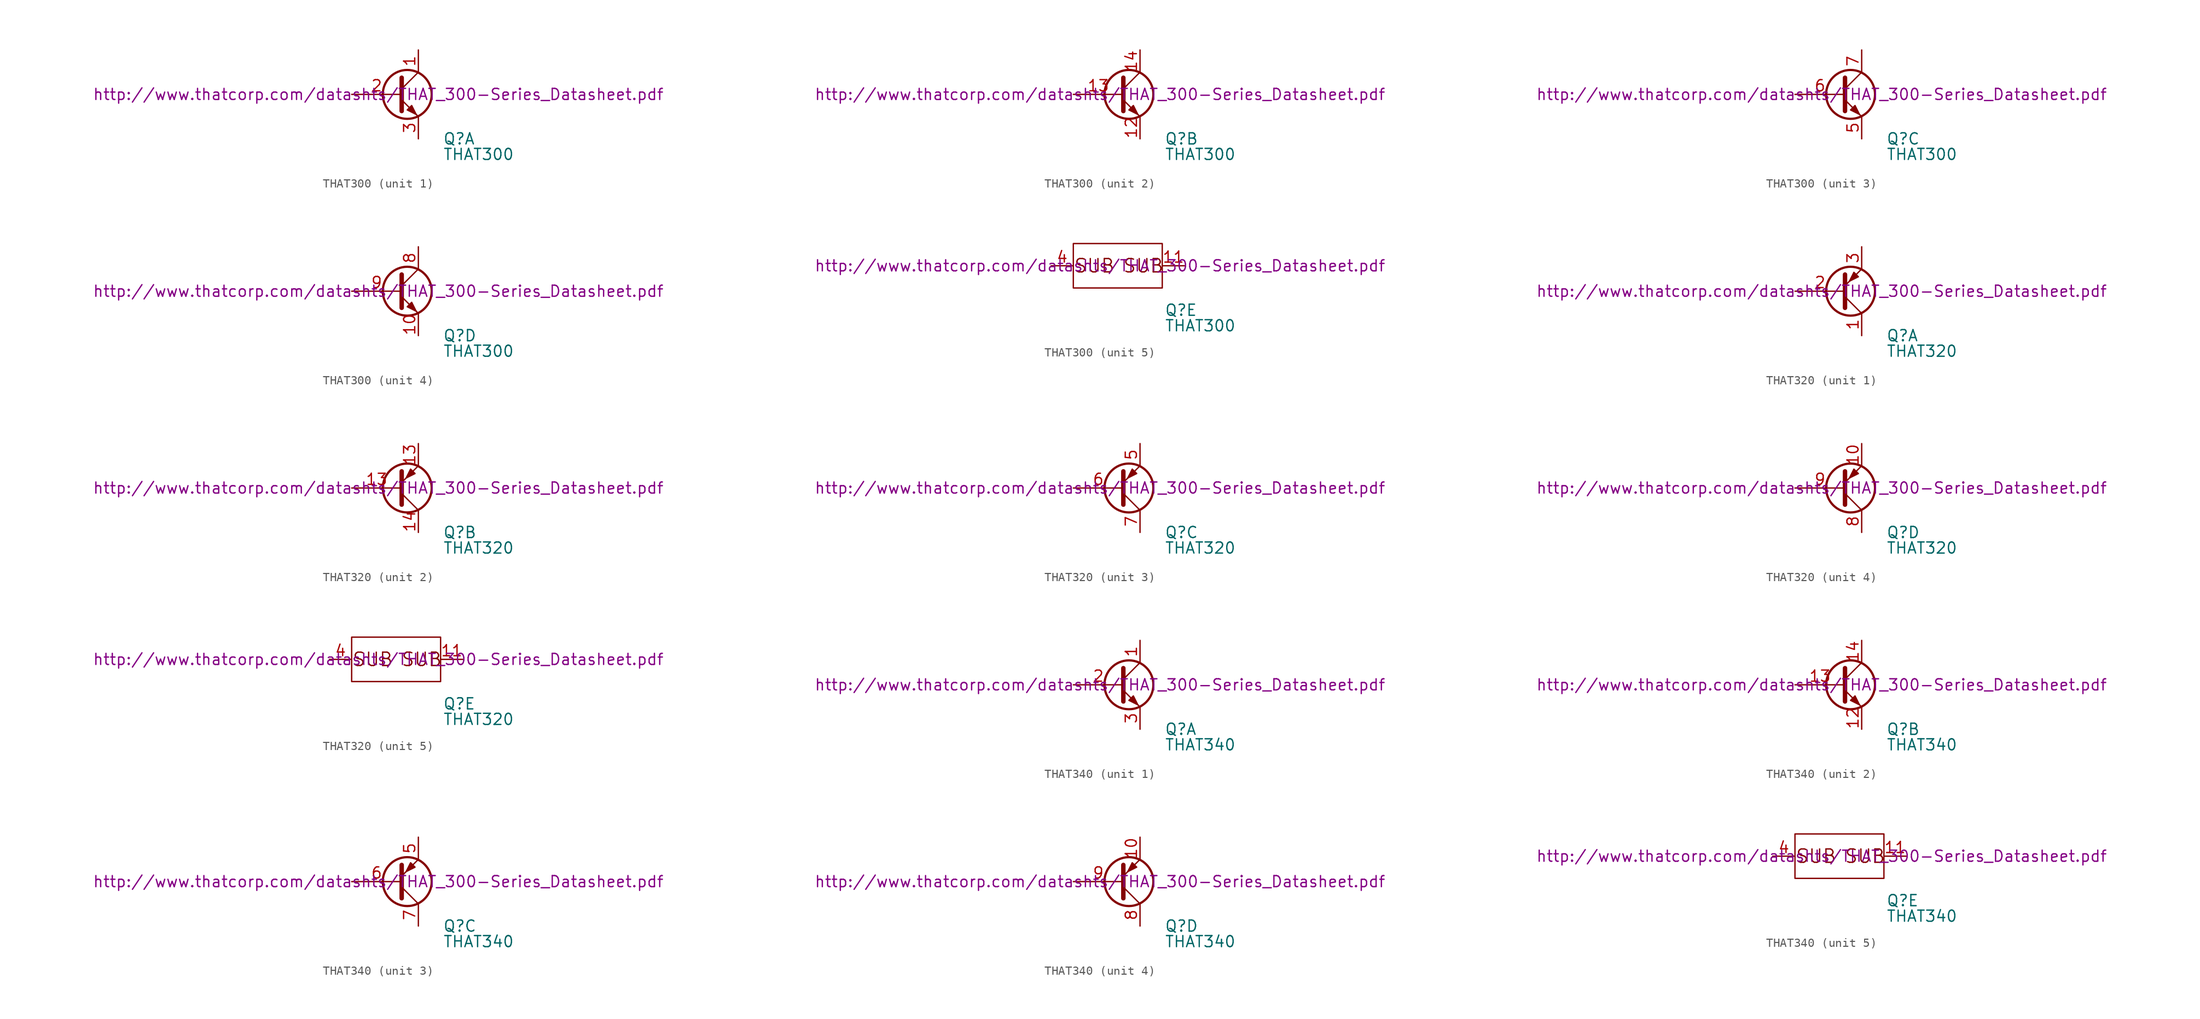
<source format=kicad_sym>
(kicad_symbol_lib
  (version 20231120)
  (generator "kicad_symbol_editor")
  (generator_version "8.0")
  (symbol "THAT300"
    (pin_names
      (offset 0) hide)
    (property "Reference" "Q"
      (at 5.334 -5.08 0)
      (effects (font (size 1.27 1.27)) (justify left)))
    (property "Value" "THAT300"
      (at 5.334 -6.858 0)
      (effects (font (size 1.27 1.27)) (justify left)))
    (property "Footprint" ""
      (at 3.048 2.54 0)
      (effects (font (size 1.27 1.27))))
    (property "Datasheet" "http://www.thatcorp.com/datashts/THAT_300-Series_Datasheet.pdf"
      (at -2.032 0 0)
      (effects (font (size 1.27 1.27))))
    (property "ki_locked" ""
      (at 0 0 0)
      (effects (font (size 1.27 1.27))))
    (symbol "THAT300_1_0"
      (polyline (pts (xy 2.54 -2.54) (xy 0.635 -0.635)) (stroke (width 0) (type solid)) (fill (type none))))
    (symbol "THAT300_1_1"
      (polyline (pts (xy 2.54 2.54) (xy 0.635 0.635)) (stroke (width 0) (type solid)) (fill (type none)))
      (polyline (pts (xy 0.635 1.905) (xy 0.635 -1.905) (xy 0.635 -1.905)) (stroke (width 0.508) (type solid)) (fill (type none)))
      (polyline (pts (xy 1.27 -1.778) (xy 1.778 -1.27) (xy 2.286 -2.286) (xy 1.27 -1.778)) (stroke (width 0) (type solid)) (fill (type outline)))
      (circle (center 1.27 0) (radius 2.794) (stroke (width 0.254) (type solid)) (fill (type none)))
      (pin passive line (at 2.54 5.08 270) (length 2.54) (name "C" (effects (font (size 1.27 1.27)))) (number "1" (effects (font (size 1.27 1.27)))))
      (pin input line (at -5.08 0 0) (length 5.715) (name "B" (effects (font (size 1.27 1.27)))) (number "2" (effects (font (size 1.27 1.27)))))
      (pin passive line (at 2.54 -5.08 90) (length 2.54) (name "E" (effects (font (size 1.27 1.27)))) (number "3" (effects (font (size 1.27 1.27))))))
    (symbol "THAT300_2_0"
      (polyline (pts (xy 2.54 -2.54) (xy 0.635 -0.635)) (stroke (width 0) (type solid)) (fill (type none))))
    (symbol "THAT300_2_1"
      (polyline (pts (xy 2.54 2.54) (xy 0.635 0.635)) (stroke (width 0) (type solid)) (fill (type none)))
      (polyline (pts (xy 0.635 1.905) (xy 0.635 -1.905) (xy 0.635 -1.905)) (stroke (width 0.508) (type solid)) (fill (type none)))
      (polyline (pts (xy 1.27 -1.778) (xy 1.778 -1.27) (xy 2.286 -2.286) (xy 1.27 -1.778)) (stroke (width 0) (type solid)) (fill (type outline)))
      (circle (center 1.27 0) (radius 2.794) (stroke (width 0.254) (type solid)) (fill (type none)))
      (pin passive line (at 2.54 -5.08 90) (length 2.54) (name "E" (effects (font (size 1.27 1.27)))) (number "12" (effects (font (size 1.27 1.27)))))
      (pin input line (at -5.08 0 0) (length 5.715) (name "B" (effects (font (size 1.27 1.27)))) (number "13" (effects (font (size 1.27 1.27)))))
      (pin passive line (at 2.54 5.08 270) (length 2.54) (name "C" (effects (font (size 1.27 1.27)))) (number "14" (effects (font (size 1.27 1.27))))))
    (symbol "THAT300_3_0"
      (polyline (pts (xy 2.54 -2.54) (xy 0.635 -0.635)) (stroke (width 0) (type solid)) (fill (type none))))
    (symbol "THAT300_3_1"
      (polyline (pts (xy 2.54 2.54) (xy 0.635 0.635)) (stroke (width 0) (type solid)) (fill (type none)))
      (polyline (pts (xy 0.635 1.905) (xy 0.635 -1.905) (xy 0.635 -1.905)) (stroke (width 0.508) (type solid)) (fill (type none)))
      (polyline (pts (xy 1.27 -1.778) (xy 1.778 -1.27) (xy 2.286 -2.286) (xy 1.27 -1.778)) (stroke (width 0) (type solid)) (fill (type outline)))
      (circle (center 1.27 0) (radius 2.794) (stroke (width 0.254) (type solid)) (fill (type none)))
      (pin passive line (at 2.54 -5.08 90) (length 2.54) (name "E" (effects (font (size 1.27 1.27)))) (number "5" (effects (font (size 1.27 1.27)))))
      (pin input line (at -5.08 0 0) (length 5.715) (name "B" (effects (font (size 1.27 1.27)))) (number "6" (effects (font (size 1.27 1.27)))))
      (pin passive line (at 2.54 5.08 270) (length 2.54) (name "C" (effects (font (size 1.27 1.27)))) (number "7" (effects (font (size 1.27 1.27))))))
    (symbol "THAT300_4_0"
      (polyline (pts (xy 2.54 -2.54) (xy 0.635 -0.635)) (stroke (width 0) (type solid)) (fill (type none))))
    (symbol "THAT300_4_1"
      (polyline (pts (xy 2.54 2.54) (xy 0.635 0.635)) (stroke (width 0) (type solid)) (fill (type none)))
      (polyline (pts (xy 0.635 1.905) (xy 0.635 -1.905) (xy 0.635 -1.905)) (stroke (width 0.508) (type solid)) (fill (type none)))
      (polyline (pts (xy 1.27 -1.778) (xy 1.778 -1.27) (xy 2.286 -2.286) (xy 1.27 -1.778)) (stroke (width 0) (type solid)) (fill (type outline)))
      (circle (center 1.27 0) (radius 2.794) (stroke (width 0.254) (type solid)) (fill (type none)))
      (pin passive line (at 2.54 -5.08 90) (length 2.54) (name "E" (effects (font (size 1.27 1.27)))) (number "10" (effects (font (size 1.27 1.27)))))
      (pin input line (at 2.54 5.08 270) (length 2.54) (name "~" (effects (font (size 1.27 1.27)))) (number "8" (effects (font (size 1.27 1.27)))))
      (pin input line (at -5.08 0 0) (length 5.715) (name "B" (effects (font (size 1.27 1.27)))) (number "9" (effects (font (size 1.27 1.27))))))
    (symbol "THAT300_5_0"
      (text "SUB" (at -2.667 0 0) (effects (font (size 1.524 1.524))))
      (text "SUB" (at 2.921 0 0) (effects (font (size 1.524 1.524)))))
    (symbol "THAT300_5_1"
      (rectangle (start -5.08 2.54) (end 5.08 -2.54) (stroke (width 0) (type solid)) (fill (type none)))
      (pin passive line (at 7.62 0 180) (length 2.54) (name "E" (effects (font (size 1.27 1.27)))) (number "11" (effects (font (size 1.27 1.27)))))
      (pin input line (at -7.62 0 0) (length 2.54) (name "B" (effects (font (size 1.27 1.27)))) (number "4" (effects (font (size 1.27 1.27)))))))
  (symbol "THAT320"
    (pin_names
      (offset 0) hide)
    (property "Reference" "Q"
      (at 5.334 -5.08 0)
      (effects (font (size 1.27 1.27)) (justify left)))
    (property "Value" "THAT320"
      (at 5.334 -6.858 0)
      (effects (font (size 1.27 1.27)) (justify left)))
    (property "Footprint" ""
      (at 3.048 2.54 0)
      (effects (font (size 1.27 1.27))))
    (property "Datasheet" "http://www.thatcorp.com/datashts/THAT_300-Series_Datasheet.pdf"
      (at -2.032 0 0)
      (effects (font (size 1.27 1.27))))
    (property "ki_locked" ""
      (at 0 0 0)
      (effects (font (size 1.27 1.27))))
    (symbol "THAT320_1_0"
      (polyline (pts (xy 2.54 -2.54) (xy 0.635 -0.635)) (stroke (width 0) (type solid)) (fill (type none))))
    (symbol "THAT320_1_1"
      (polyline (pts (xy 2.54 2.54) (xy 0.635 0.635)) (stroke (width 0) (type solid)) (fill (type none)))
      (polyline (pts (xy 0.635 1.905) (xy 0.635 -1.905) (xy 0.635 -1.905)) (stroke (width 0.508) (type solid)) (fill (type none)))
      (polyline (pts (xy 2.159 1.651) (xy 1.651 2.159) (xy 1.143 1.143) (xy 2.159 1.651)) (stroke (width 0) (type solid)) (fill (type outline)))
      (circle (center 1.27 0) (radius 2.794) (stroke (width 0.254) (type solid)) (fill (type none)))
      (pin passive line (at 2.54 -5.08 90) (length 2.54) (name "E" (effects (font (size 1.27 1.27)))) (number "1" (effects (font (size 1.27 1.27)))))
      (pin input line (at -5.08 0 0) (length 5.715) (name "B" (effects (font (size 1.27 1.27)))) (number "2" (effects (font (size 1.27 1.27)))))
      (pin passive line (at 2.54 5.08 270) (length 2.54) (name "C" (effects (font (size 1.27 1.27)))) (number "3" (effects (font (size 1.27 1.27))))))
    (symbol "THAT320_2_0"
      (polyline (pts (xy 2.54 -2.54) (xy 0.635 -0.635)) (stroke (width 0) (type solid)) (fill (type none))))
    (symbol "THAT320_2_1"
      (polyline (pts (xy 2.54 2.54) (xy 0.635 0.635)) (stroke (width 0) (type solid)) (fill (type none)))
      (polyline (pts (xy 0.635 1.905) (xy 0.635 -1.905) (xy 0.635 -1.905)) (stroke (width 0.508) (type solid)) (fill (type none)))
      (polyline (pts (xy 2.159 1.651) (xy 1.651 2.159) (xy 1.143 1.143) (xy 2.159 1.651)) (stroke (width 0) (type solid)) (fill (type outline)))
      (circle (center 1.27 0) (radius 2.794) (stroke (width 0.254) (type solid)) (fill (type none)))
      (pin input line (at -5.08 0 0) (length 5.715) (name "B" (effects (font (size 1.27 1.27)))) (number "13" (effects (font (size 1.27 1.27)))))
      (pin passive line (at 2.54 5.08 270) (length 2.54) (name "C" (effects (font (size 1.27 1.27)))) (number "13" (effects (font (size 1.27 1.27)))))
      (pin passive line (at 2.54 -5.08 90) (length 2.54) (name "E" (effects (font (size 1.27 1.27)))) (number "14" (effects (font (size 1.27 1.27))))))
    (symbol "THAT320_3_0"
      (polyline (pts (xy 2.54 -2.54) (xy 0.635 -0.635)) (stroke (width 0) (type solid)) (fill (type none))))
    (symbol "THAT320_3_1"
      (polyline (pts (xy 2.54 2.54) (xy 0.635 0.635)) (stroke (width 0) (type solid)) (fill (type none)))
      (polyline (pts (xy 0.635 1.905) (xy 0.635 -1.905) (xy 0.635 -1.905)) (stroke (width 0.508) (type solid)) (fill (type none)))
      (polyline (pts (xy 2.159 1.651) (xy 1.651 2.159) (xy 1.143 1.143) (xy 2.159 1.651)) (stroke (width 0) (type solid)) (fill (type outline)))
      (circle (center 1.27 0) (radius 2.794) (stroke (width 0.254) (type solid)) (fill (type none)))
      (pin passive line (at 2.54 5.08 270) (length 2.54) (name "C" (effects (font (size 1.27 1.27)))) (number "5" (effects (font (size 1.27 1.27)))))
      (pin input line (at -5.08 0 0) (length 5.715) (name "B" (effects (font (size 1.27 1.27)))) (number "6" (effects (font (size 1.27 1.27)))))
      (pin passive line (at 2.54 -5.08 90) (length 2.54) (name "E" (effects (font (size 1.27 1.27)))) (number "7" (effects (font (size 1.27 1.27))))))
    (symbol "THAT320_4_0"
      (polyline (pts (xy 2.54 -2.54) (xy 0.635 -0.635)) (stroke (width 0) (type solid)) (fill (type none))))
    (symbol "THAT320_4_1"
      (polyline (pts (xy 2.54 2.54) (xy 0.635 0.635)) (stroke (width 0) (type solid)) (fill (type none)))
      (polyline (pts (xy 0.635 1.905) (xy 0.635 -1.905) (xy 0.635 -1.905)) (stroke (width 0.508) (type solid)) (fill (type none)))
      (polyline (pts (xy 2.159 1.651) (xy 1.651 2.159) (xy 1.143 1.143) (xy 2.159 1.651)) (stroke (width 0) (type solid)) (fill (type outline)))
      (circle (center 1.27 0) (radius 2.794) (stroke (width 0.254) (type solid)) (fill (type none)))
      (pin input line (at 2.54 5.08 270) (length 2.54) (name "~" (effects (font (size 1.27 1.27)))) (number "10" (effects (font (size 1.27 1.27)))))
      (pin passive line (at 2.54 -5.08 90) (length 2.54) (name "E" (effects (font (size 1.27 1.27)))) (number "8" (effects (font (size 1.27 1.27)))))
      (pin input line (at -5.08 0 0) (length 5.715) (name "B" (effects (font (size 1.27 1.27)))) (number "9" (effects (font (size 1.27 1.27))))))
    (symbol "THAT320_5_0"
      (text "SUB" (at -2.667 0 0) (effects (font (size 1.524 1.524))))
      (text "SUB" (at 2.921 0 0) (effects (font (size 1.524 1.524)))))
    (symbol "THAT320_5_1"
      (rectangle (start -5.08 2.54) (end 5.08 -2.54) (stroke (width 0) (type solid)) (fill (type none)))
      (pin passive line (at 7.62 0 180) (length 2.54) (name "E" (effects (font (size 1.27 1.27)))) (number "11" (effects (font (size 1.27 1.27)))))
      (pin input line (at -7.62 0 0) (length 2.54) (name "B" (effects (font (size 1.27 1.27)))) (number "4" (effects (font (size 1.27 1.27)))))))
  (symbol "THAT340"
    (pin_names
      (offset 0) hide)
    (property "Reference" "Q"
      (at 5.334 -5.08 0)
      (effects (font (size 1.27 1.27)) (justify left)))
    (property "Value" "THAT340"
      (at 5.334 -6.858 0)
      (effects (font (size 1.27 1.27)) (justify left)))
    (property "Footprint" ""
      (at 3.048 2.54 0)
      (effects (font (size 1.27 1.27))))
    (property "Datasheet" "http://www.thatcorp.com/datashts/THAT_300-Series_Datasheet.pdf"
      (at -2.032 0 0)
      (effects (font (size 1.27 1.27))))
    (property "ki_locked" ""
      (at 0 0 0)
      (effects (font (size 1.27 1.27))))
    (symbol "THAT340_1_0"
      (polyline (pts (xy 2.54 -2.54) (xy 0.635 -0.635)) (stroke (width 0) (type solid)) (fill (type none))))
    (symbol "THAT340_1_1"
      (polyline (pts (xy 2.54 2.54) (xy 0.635 0.635)) (stroke (width 0) (type solid)) (fill (type none)))
      (polyline (pts (xy 0.635 1.905) (xy 0.635 -1.905) (xy 0.635 -1.905)) (stroke (width 0.508) (type solid)) (fill (type none)))
      (polyline (pts (xy 1.27 -1.778) (xy 1.778 -1.27) (xy 2.286 -2.286) (xy 1.27 -1.778)) (stroke (width 0) (type solid)) (fill (type outline)))
      (circle (center 1.27 0) (radius 2.794) (stroke (width 0.254) (type solid)) (fill (type none)))
      (pin passive line (at 2.54 5.08 270) (length 2.54) (name "C" (effects (font (size 1.27 1.27)))) (number "1" (effects (font (size 1.27 1.27)))))
      (pin input line (at -5.08 0 0) (length 5.715) (name "B" (effects (font (size 1.27 1.27)))) (number "2" (effects (font (size 1.27 1.27)))))
      (pin passive line (at 2.54 -5.08 90) (length 2.54) (name "E" (effects (font (size 1.27 1.27)))) (number "3" (effects (font (size 1.27 1.27))))))
    (symbol "THAT340_2_0"
      (polyline (pts (xy 2.54 -2.54) (xy 0.635 -0.635)) (stroke (width 0) (type solid)) (fill (type none))))
    (symbol "THAT340_2_1"
      (polyline (pts (xy 2.54 2.54) (xy 0.635 0.635)) (stroke (width 0) (type solid)) (fill (type none)))
      (polyline (pts (xy 0.635 1.905) (xy 0.635 -1.905) (xy 0.635 -1.905)) (stroke (width 0.508) (type solid)) (fill (type none)))
      (polyline (pts (xy 1.27 -1.778) (xy 1.778 -1.27) (xy 2.286 -2.286) (xy 1.27 -1.778)) (stroke (width 0) (type solid)) (fill (type outline)))
      (circle (center 1.27 0) (radius 2.794) (stroke (width 0.254) (type solid)) (fill (type none)))
      (pin passive line (at 2.54 -5.08 90) (length 2.54) (name "E" (effects (font (size 1.27 1.27)))) (number "12" (effects (font (size 1.27 1.27)))))
      (pin input line (at -5.08 0 0) (length 5.715) (name "B" (effects (font (size 1.27 1.27)))) (number "13" (effects (font (size 1.27 1.27)))))
      (pin passive line (at 2.54 5.08 270) (length 2.54) (name "C" (effects (font (size 1.27 1.27)))) (number "14" (effects (font (size 1.27 1.27))))))
    (symbol "THAT340_3_0"
      (polyline (pts (xy 2.54 -2.54) (xy 0.635 -0.635)) (stroke (width 0) (type solid)) (fill (type none))))
    (symbol "THAT340_3_1"
      (polyline (pts (xy 2.54 2.54) (xy 0.635 0.635)) (stroke (width 0) (type solid)) (fill (type none)))
      (polyline (pts (xy 0.635 1.905) (xy 0.635 -1.905) (xy 0.635 -1.905)) (stroke (width 0.508) (type solid)) (fill (type none)))
      (polyline (pts (xy 2.159 1.651) (xy 1.651 2.159) (xy 1.143 1.143) (xy 2.159 1.651)) (stroke (width 0) (type solid)) (fill (type outline)))
      (circle (center 1.27 0) (radius 2.794) (stroke (width 0.254) (type solid)) (fill (type none)))
      (pin passive line (at 2.54 5.08 270) (length 2.54) (name "C" (effects (font (size 1.27 1.27)))) (number "5" (effects (font (size 1.27 1.27)))))
      (pin input line (at -5.08 0 0) (length 5.715) (name "B" (effects (font (size 1.27 1.27)))) (number "6" (effects (font (size 1.27 1.27)))))
      (pin passive line (at 2.54 -5.08 90) (length 2.54) (name "E" (effects (font (size 1.27 1.27)))) (number "7" (effects (font (size 1.27 1.27))))))
    (symbol "THAT340_4_0"
      (polyline (pts (xy 2.54 -2.54) (xy 0.635 -0.635)) (stroke (width 0) (type solid)) (fill (type none))))
    (symbol "THAT340_4_1"
      (polyline (pts (xy 2.54 2.54) (xy 0.635 0.635)) (stroke (width 0) (type solid)) (fill (type none)))
      (polyline (pts (xy 0.635 1.905) (xy 0.635 -1.905) (xy 0.635 -1.905)) (stroke (width 0.508) (type solid)) (fill (type none)))
      (polyline (pts (xy 2.159 1.651) (xy 1.651 2.159) (xy 1.143 1.143) (xy 2.159 1.651)) (stroke (width 0) (type solid)) (fill (type outline)))
      (circle (center 1.27 0) (radius 2.794) (stroke (width 0.254) (type solid)) (fill (type none)))
      (pin input line (at 2.54 5.08 270) (length 2.54) (name "~" (effects (font (size 1.27 1.27)))) (number "10" (effects (font (size 1.27 1.27)))))
      (pin passive line (at 2.54 -5.08 90) (length 2.54) (name "E" (effects (font (size 1.27 1.27)))) (number "8" (effects (font (size 1.27 1.27)))))
      (pin input line (at -5.08 0 0) (length 5.715) (name "B" (effects (font (size 1.27 1.27)))) (number "9" (effects (font (size 1.27 1.27))))))
    (symbol "THAT340_5_0"
      (text "SUB" (at -2.667 0 0) (effects (font (size 1.524 1.524))))
      (text "SUB" (at 2.921 0 0) (effects (font (size 1.524 1.524)))))
    (symbol "THAT340_5_1"
      (rectangle (start -5.08 2.54) (end 5.08 -2.54) (stroke (width 0) (type solid)) (fill (type none)))
      (pin passive line (at 7.62 0 180) (length 2.54) (name "E" (effects (font (size 1.27 1.27)))) (number "11" (effects (font (size 1.27 1.27)))))
      (pin input line (at -7.62 0 0) (length 2.54) (name "B" (effects (font (size 1.27 1.27)))) (number "4" (effects (font (size 1.27 1.27))))))))
</source>
